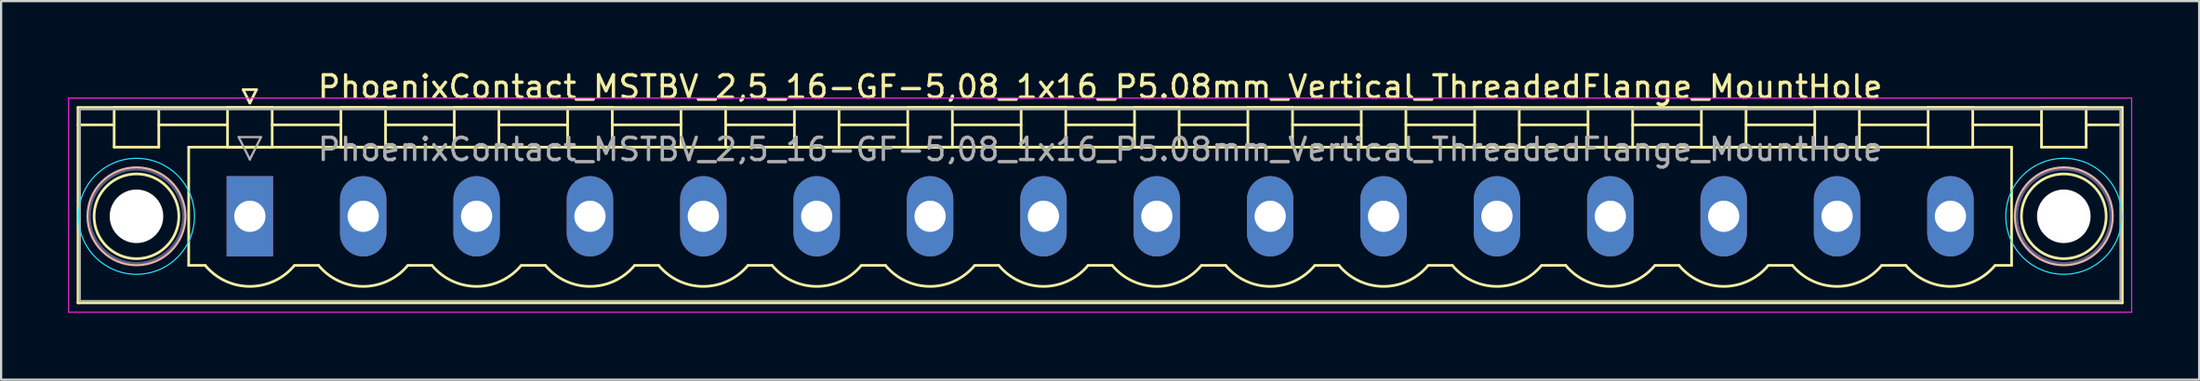
<source format=kicad_pcb>
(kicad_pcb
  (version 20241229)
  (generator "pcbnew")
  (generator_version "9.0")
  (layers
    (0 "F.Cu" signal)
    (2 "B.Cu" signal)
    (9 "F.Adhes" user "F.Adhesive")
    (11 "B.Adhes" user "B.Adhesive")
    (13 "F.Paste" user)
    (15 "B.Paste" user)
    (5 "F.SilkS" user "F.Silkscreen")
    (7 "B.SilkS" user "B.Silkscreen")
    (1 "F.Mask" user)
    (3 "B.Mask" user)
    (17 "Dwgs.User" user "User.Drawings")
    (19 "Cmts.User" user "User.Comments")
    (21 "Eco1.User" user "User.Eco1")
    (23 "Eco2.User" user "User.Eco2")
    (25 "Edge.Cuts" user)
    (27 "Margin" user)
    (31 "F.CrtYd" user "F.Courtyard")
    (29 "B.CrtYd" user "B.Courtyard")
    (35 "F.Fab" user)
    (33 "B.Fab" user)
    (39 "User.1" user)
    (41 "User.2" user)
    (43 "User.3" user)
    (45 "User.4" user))
  (footprint "PhoenixContact_MSTBV_2,5_16-GF-5,08_1x16_P5.08mm_Vertical_ThreadedFlange_MountHole"
    (layer "F.Cu")
    (at 8.145 6.648)
    (property "Reference" "PhoenixContact_MSTBV_2,5_16-GF-5,08_1x16_P5.08mm_Vertical_ThreadedFlange_MountHole" (at 38.1 -5.8 0) (layer "F.SilkS") (effects (font (size 1 1) (thickness 0.15))))
    (attr through_hole)
    (fp_line (start -7.7 -4.88) (end -7.7 3.88) (stroke (width 0.12) (type solid)) (layer "F.SilkS"))
    (fp_line (start -7.7 -4.1) (end -6.16 -4.1) (stroke (width 0.12) (type solid)) (layer "F.SilkS"))
    (fp_line (start -7.7 3.88) (end 83.9 3.88) (stroke (width 0.12) (type solid)) (layer "F.SilkS"))
    (fp_line (start -6.08 -4.88) (end -4.08 -4.88) (stroke (width 0.12) (type solid)) (layer "F.SilkS"))
    (fp_line (start -6.08 -3.1) (end -6.08 -4.88) (stroke (width 0.12) (type solid)) (layer "F.SilkS"))
    (fp_line (start -4.08 -4.88) (end -4.08 -3.1) (stroke (width 0.12) (type solid)) (layer "F.SilkS"))
    (fp_line (start -4.08 -4.1) (end -1 -4.1) (stroke (width 0.12) (type solid)) (layer "F.SilkS"))
    (fp_line (start -4.08 -3.1) (end -6.08 -3.1) (stroke (width 0.12) (type solid)) (layer "F.SilkS"))
    (fp_line (start -2.74 -3.1) (end 78.94 -3.1) (stroke (width 0.12) (type solid)) (layer "F.SilkS"))
    (fp_line (start -2.74 2.2) (end -2.74 -3.1) (stroke (width 0.12) (type solid)) (layer "F.SilkS"))
    (fp_line (start -2 2.2) (end -2.74 2.2) (stroke (width 0.12) (type solid)) (layer "F.SilkS"))
    (fp_line (start -1 -4.88) (end 1 -4.88) (stroke (width 0.12) (type solid)) (layer "F.SilkS"))
    (fp_line (start -1 -3.1) (end -1 -4.88) (stroke (width 0.12) (type solid)) (layer "F.SilkS"))
    (fp_line (start -0.3 -5.68) (end 0.3 -5.68) (stroke (width 0.12) (type solid)) (layer "F.SilkS"))
    (fp_line (start 0 -5.08) (end -0.3 -5.68) (stroke (width 0.12) (type solid)) (layer "F.SilkS"))
    (fp_line (start 0.3 -5.68) (end 0 -5.08) (stroke (width 0.12) (type solid)) (layer "F.SilkS"))
    (fp_line (start 1 -4.88) (end 1 -3.1) (stroke (width 0.12) (type solid)) (layer "F.SilkS"))
    (fp_line (start 1 -4.1) (end 4.08 -4.1) (stroke (width 0.12) (type solid)) (layer "F.SilkS"))
    (fp_line (start 1 -3.1) (end -1 -3.1) (stroke (width 0.12) (type solid)) (layer "F.SilkS"))
    (fp_line (start 2 2.2) (end 3.08 2.2) (stroke (width 0.12) (type solid)) (layer "F.SilkS"))
    (fp_line (start 4.08 -4.88) (end 6.08 -4.88) (stroke (width 0.12) (type solid)) (layer "F.SilkS"))
    (fp_line (start 4.08 -3.1) (end 4.08 -4.88) (stroke (width 0.12) (type solid)) (layer "F.SilkS"))
    (fp_line (start 6.08 -4.88) (end 6.08 -3.1) (stroke (width 0.12) (type solid)) (layer "F.SilkS"))
    (fp_line (start 6.08 -4.1) (end 9.16 -4.1) (stroke (width 0.12) (type solid)) (layer "F.SilkS"))
    (fp_line (start 6.08 -3.1) (end 4.08 -3.1) (stroke (width 0.12) (type solid)) (layer "F.SilkS"))
    (fp_line (start 7.08 2.2) (end 8.16 2.2) (stroke (width 0.12) (type solid)) (layer "F.SilkS"))
    (fp_line (start 9.16 -4.88) (end 11.16 -4.88) (stroke (width 0.12) (type solid)) (layer "F.SilkS"))
    (fp_line (start 9.16 -3.1) (end 9.16 -4.88) (stroke (width 0.12) (type solid)) (layer "F.SilkS"))
    (fp_line (start 11.16 -4.88) (end 11.16 -3.1) (stroke (width 0.12) (type solid)) (layer "F.SilkS"))
    (fp_line (start 11.16 -4.1) (end 14.24 -4.1) (stroke (width 0.12) (type solid)) (layer "F.SilkS"))
    (fp_line (start 11.16 -3.1) (end 9.16 -3.1) (stroke (width 0.12) (type solid)) (layer "F.SilkS"))
    (fp_line (start 12.16 2.2) (end 13.24 2.2) (stroke (width 0.12) (type solid)) (layer "F.SilkS"))
    (fp_line (start 14.24 -4.88) (end 16.24 -4.88) (stroke (width 0.12) (type solid)) (layer "F.SilkS"))
    (fp_line (start 14.24 -3.1) (end 14.24 -4.88) (stroke (width 0.12) (type solid)) (layer "F.SilkS"))
    (fp_line (start 16.24 -4.88) (end 16.24 -3.1) (stroke (width 0.12) (type solid)) (layer "F.SilkS"))
    (fp_line (start 16.24 -4.1) (end 19.32 -4.1) (stroke (width 0.12) (type solid)) (layer "F.SilkS"))
    (fp_line (start 16.24 -3.1) (end 14.24 -3.1) (stroke (width 0.12) (type solid)) (layer "F.SilkS"))
    (fp_line (start 17.24 2.2) (end 18.32 2.2) (stroke (width 0.12) (type solid)) (layer "F.SilkS"))
    (fp_line (start 19.32 -4.88) (end 21.32 -4.88) (stroke (width 0.12) (type solid)) (layer "F.SilkS"))
    (fp_line (start 19.32 -3.1) (end 19.32 -4.88) (stroke (width 0.12) (type solid)) (layer "F.SilkS"))
    (fp_line (start 21.32 -4.88) (end 21.32 -3.1) (stroke (width 0.12) (type solid)) (layer "F.SilkS"))
    (fp_line (start 21.32 -4.1) (end 24.4 -4.1) (stroke (width 0.12) (type solid)) (layer "F.SilkS"))
    (fp_line (start 21.32 -3.1) (end 19.32 -3.1) (stroke (width 0.12) (type solid)) (layer "F.SilkS"))
    (fp_line (start 22.32 2.2) (end 23.4 2.2) (stroke (width 0.12) (type solid)) (layer "F.SilkS"))
    (fp_line (start 24.4 -4.88) (end 26.4 -4.88) (stroke (width 0.12) (type solid)) (layer "F.SilkS"))
    (fp_line (start 24.4 -3.1) (end 24.4 -4.88) (stroke (width 0.12) (type solid)) (layer "F.SilkS"))
    (fp_line (start 26.4 -4.88) (end 26.4 -3.1) (stroke (width 0.12) (type solid)) (layer "F.SilkS"))
    (fp_line (start 26.4 -4.1) (end 29.48 -4.1) (stroke (width 0.12) (type solid)) (layer "F.SilkS"))
    (fp_line (start 26.4 -3.1) (end 24.4 -3.1) (stroke (width 0.12) (type solid)) (layer "F.SilkS"))
    (fp_line (start 27.4 2.2) (end 28.48 2.2) (stroke (width 0.12) (type solid)) (layer "F.SilkS"))
    (fp_line (start 29.48 -4.88) (end 31.48 -4.88) (stroke (width 0.12) (type solid)) (layer "F.SilkS"))
    (fp_line (start 29.48 -3.1) (end 29.48 -4.88) (stroke (width 0.12) (type solid)) (layer "F.SilkS"))
    (fp_line (start 31.48 -4.88) (end 31.48 -3.1) (stroke (width 0.12) (type solid)) (layer "F.SilkS"))
    (fp_line (start 31.48 -4.1) (end 34.56 -4.1) (stroke (width 0.12) (type solid)) (layer "F.SilkS"))
    (fp_line (start 31.48 -3.1) (end 29.48 -3.1) (stroke (width 0.12) (type solid)) (layer "F.SilkS"))
    (fp_line (start 32.48 2.2) (end 33.56 2.2) (stroke (width 0.12) (type solid)) (layer "F.SilkS"))
    (fp_line (start 34.56 -4.88) (end 36.56 -4.88) (stroke (width 0.12) (type solid)) (layer "F.SilkS"))
    (fp_line (start 34.56 -3.1) (end 34.56 -4.88) (stroke (width 0.12) (type solid)) (layer "F.SilkS"))
    (fp_line (start 36.56 -4.88) (end 36.56 -3.1) (stroke (width 0.12) (type solid)) (layer "F.SilkS"))
    (fp_line (start 36.56 -4.1) (end 39.64 -4.1) (stroke (width 0.12) (type solid)) (layer "F.SilkS"))
    (fp_line (start 36.56 -3.1) (end 34.56 -3.1) (stroke (width 0.12) (type solid)) (layer "F.SilkS"))
    (fp_line (start 37.56 2.2) (end 38.64 2.2) (stroke (width 0.12) (type solid)) (layer "F.SilkS"))
    (fp_line (start 39.64 -4.88) (end 41.64 -4.88) (stroke (width 0.12) (type solid)) (layer "F.SilkS"))
    (fp_line (start 39.64 -3.1) (end 39.64 -4.88) (stroke (width 0.12) (type solid)) (layer "F.SilkS"))
    (fp_line (start 41.64 -4.88) (end 41.64 -3.1) (stroke (width 0.12) (type solid)) (layer "F.SilkS"))
    (fp_line (start 41.64 -4.1) (end 44.72 -4.1) (stroke (width 0.12) (type solid)) (layer "F.SilkS"))
    (fp_line (start 41.64 -3.1) (end 39.64 -3.1) (stroke (width 0.12) (type solid)) (layer "F.SilkS"))
    (fp_line (start 42.64 2.2) (end 43.72 2.2) (stroke (width 0.12) (type solid)) (layer "F.SilkS"))
    (fp_line (start 44.72 -4.88) (end 46.72 -4.88) (stroke (width 0.12) (type solid)) (layer "F.SilkS"))
    (fp_line (start 44.72 -3.1) (end 44.72 -4.88) (stroke (width 0.12) (type solid)) (layer "F.SilkS"))
    (fp_line (start 46.72 -4.88) (end 46.72 -3.1) (stroke (width 0.12) (type solid)) (layer "F.SilkS"))
    (fp_line (start 46.72 -4.1) (end 49.8 -4.1) (stroke (width 0.12) (type solid)) (layer "F.SilkS"))
    (fp_line (start 46.72 -3.1) (end 44.72 -3.1) (stroke (width 0.12) (type solid)) (layer "F.SilkS"))
    (fp_line (start 47.72 2.2) (end 48.8 2.2) (stroke (width 0.12) (type solid)) (layer "F.SilkS"))
    (fp_line (start 49.8 -4.88) (end 51.8 -4.88) (stroke (width 0.12) (type solid)) (layer "F.SilkS"))
    (fp_line (start 49.8 -3.1) (end 49.8 -4.88) (stroke (width 0.12) (type solid)) (layer "F.SilkS"))
    (fp_line (start 51.8 -4.88) (end 51.8 -3.1) (stroke (width 0.12) (type solid)) (layer "F.SilkS"))
    (fp_line (start 51.8 -4.1) (end 54.88 -4.1) (stroke (width 0.12) (type solid)) (layer "F.SilkS"))
    (fp_line (start 51.8 -3.1) (end 49.8 -3.1) (stroke (width 0.12) (type solid)) (layer "F.SilkS"))
    (fp_line (start 52.8 2.2) (end 53.88 2.2) (stroke (width 0.12) (type solid)) (layer "F.SilkS"))
    (fp_line (start 54.88 -4.88) (end 56.88 -4.88) (stroke (width 0.12) (type solid)) (layer "F.SilkS"))
    (fp_line (start 54.88 -3.1) (end 54.88 -4.88) (stroke (width 0.12) (type solid)) (layer "F.SilkS"))
    (fp_line (start 56.88 -4.88) (end 56.88 -3.1) (stroke (width 0.12) (type solid)) (layer "F.SilkS"))
    (fp_line (start 56.88 -4.1) (end 59.96 -4.1) (stroke (width 0.12) (type solid)) (layer "F.SilkS"))
    (fp_line (start 56.88 -3.1) (end 54.88 -3.1) (stroke (width 0.12) (type solid)) (layer "F.SilkS"))
    (fp_line (start 57.88 2.2) (end 58.96 2.2) (stroke (width 0.12) (type solid)) (layer "F.SilkS"))
    (fp_line (start 59.96 -4.88) (end 61.96 -4.88) (stroke (width 0.12) (type solid)) (layer "F.SilkS"))
    (fp_line (start 59.96 -3.1) (end 59.96 -4.88) (stroke (width 0.12) (type solid)) (layer "F.SilkS"))
    (fp_line (start 61.96 -4.88) (end 61.96 -3.1) (stroke (width 0.12) (type solid)) (layer "F.SilkS"))
    (fp_line (start 61.96 -4.1) (end 65.04 -4.1) (stroke (width 0.12) (type solid)) (layer "F.SilkS"))
    (fp_line (start 61.96 -3.1) (end 59.96 -3.1) (stroke (width 0.12) (type solid)) (layer "F.SilkS"))
    (fp_line (start 62.96 2.2) (end 64.04 2.2) (stroke (width 0.12) (type solid)) (layer "F.SilkS"))
    (fp_line (start 65.04 -4.88) (end 67.04 -4.88) (stroke (width 0.12) (type solid)) (layer "F.SilkS"))
    (fp_line (start 65.04 -3.1) (end 65.04 -4.88) (stroke (width 0.12) (type solid)) (layer "F.SilkS"))
    (fp_line (start 67.04 -4.88) (end 67.04 -3.1) (stroke (width 0.12) (type solid)) (layer "F.SilkS"))
    (fp_line (start 67.04 -4.1) (end 70.12 -4.1) (stroke (width 0.12) (type solid)) (layer "F.SilkS"))
    (fp_line (start 67.04 -3.1) (end 65.04 -3.1) (stroke (width 0.12) (type solid)) (layer "F.SilkS"))
    (fp_line (start 68.04 2.2) (end 69.12 2.2) (stroke (width 0.12) (type solid)) (layer "F.SilkS"))
    (fp_line (start 70.12 -4.88) (end 72.12 -4.88) (stroke (width 0.12) (type solid)) (layer "F.SilkS"))
    (fp_line (start 70.12 -3.1) (end 70.12 -4.88) (stroke (width 0.12) (type solid)) (layer "F.SilkS"))
    (fp_line (start 72.12 -4.88) (end 72.12 -3.1) (stroke (width 0.12) (type solid)) (layer "F.SilkS"))
    (fp_line (start 72.12 -4.1) (end 75.2 -4.1) (stroke (width 0.12) (type solid)) (layer "F.SilkS"))
    (fp_line (start 72.12 -3.1) (end 70.12 -3.1) (stroke (width 0.12) (type solid)) (layer "F.SilkS"))
    (fp_line (start 73.12 2.2) (end 74.2 2.2) (stroke (width 0.12) (type solid)) (layer "F.SilkS"))
    (fp_line (start 75.2 -4.88) (end 77.2 -4.88) (stroke (width 0.12) (type solid)) (layer "F.SilkS"))
    (fp_line (start 75.2 -3.1) (end 75.2 -4.88) (stroke (width 0.12) (type solid)) (layer "F.SilkS"))
    (fp_line (start 77.2 -4.88) (end 77.2 -3.1) (stroke (width 0.12) (type solid)) (layer "F.SilkS"))
    (fp_line (start 77.2 -4.1) (end 80.28 -4.1) (stroke (width 0.12) (type solid)) (layer "F.SilkS"))
    (fp_line (start 77.2 -3.1) (end 75.2 -3.1) (stroke (width 0.12) (type solid)) (layer "F.SilkS"))
    (fp_line (start 78.94 -3.1) (end 78.94 2.2) (stroke (width 0.12) (type solid)) (layer "F.SilkS"))
    (fp_line (start 78.94 2.2) (end 78.2 2.2) (stroke (width 0.12) (type solid)) (layer "F.SilkS"))
    (fp_line (start 80.28 -4.88) (end 82.28 -4.88) (stroke (width 0.12) (type solid)) (layer "F.SilkS"))
    (fp_line (start 80.28 -3.1) (end 80.28 -4.88) (stroke (width 0.12) (type solid)) (layer "F.SilkS"))
    (fp_line (start 82.28 -4.88) (end 82.28 -3.1) (stroke (width 0.12) (type solid)) (layer "F.SilkS"))
    (fp_line (start 82.28 -3.1) (end 80.28 -3.1) (stroke (width 0.12) (type solid)) (layer "F.SilkS"))
    (fp_line (start 83.9 -4.88) (end -7.7 -4.88) (stroke (width 0.12) (type solid)) (layer "F.SilkS"))
    (fp_line (start 83.9 -4.1) (end 82.36 -4.1) (stroke (width 0.12) (type solid)) (layer "F.SilkS"))
    (fp_line (start 83.9 3.88) (end 83.9 -4.88) (stroke (width 0.12) (type solid)) (layer "F.SilkS"))
    (fp_arc (start 1.986842 2.215821) (mid -0.010289 3.142758) (end -2 2.2) (stroke (width 0.12) (type solid)) (layer "F.SilkS"))
    (fp_arc (start 7.066842 2.215821) (mid 5.069711 3.142758) (end 3.08 2.2) (stroke (width 0.12) (type solid)) (layer "F.SilkS"))
    (fp_arc (start 12.146842 2.215821) (mid 10.149711 3.142758) (end 8.16 2.2) (stroke (width 0.12) (type solid)) (layer "F.SilkS"))
    (fp_arc (start 17.226842 2.215821) (mid 15.229711 3.142758) (end 13.24 2.2) (stroke (width 0.12) (type solid)) (layer "F.SilkS"))
    (fp_arc (start 22.306842 2.215821) (mid 20.309711 3.142758) (end 18.32 2.2) (stroke (width 0.12) (type solid)) (layer "F.SilkS"))
    (fp_arc (start 27.386842 2.215821) (mid 25.389711 3.142758) (end 23.4 2.2) (stroke (width 0.12) (type solid)) (layer "F.SilkS"))
    (fp_arc (start 32.466842 2.215821) (mid 30.469711 3.142758) (end 28.48 2.2) (stroke (width 0.12) (type solid)) (layer "F.SilkS"))
    (fp_arc (start 37.546842 2.215821) (mid 35.549711 3.142758) (end 33.56 2.2) (stroke (width 0.12) (type solid)) (layer "F.SilkS"))
    (fp_arc (start 42.626842 2.215821) (mid 40.629711 3.142758) (end 38.64 2.2) (stroke (width 0.12) (type solid)) (layer "F.SilkS"))
    (fp_arc (start 47.706842 2.215821) (mid 45.709711 3.142758) (end 43.72 2.2) (stroke (width 0.12) (type solid)) (layer "F.SilkS"))
    (fp_arc (start 52.786842 2.215821) (mid 50.789711 3.142758) (end 48.8 2.2) (stroke (width 0.12) (type solid)) (layer "F.SilkS"))
    (fp_arc (start 57.866842 2.215821) (mid 55.869711 3.142758) (end 53.88 2.2) (stroke (width 0.12) (type solid)) (layer "F.SilkS"))
    (fp_arc (start 62.946842 2.215821) (mid 60.949711 3.142758) (end 58.96 2.2) (stroke (width 0.12) (type solid)) (layer "F.SilkS"))
    (fp_arc (start 68.026842 2.215821) (mid 66.029711 3.142758) (end 64.04 2.2) (stroke (width 0.12) (type solid)) (layer "F.SilkS"))
    (fp_arc (start 73.106842 2.215821) (mid 71.109711 3.142758) (end 69.12 2.2) (stroke (width 0.12) (type solid)) (layer "F.SilkS"))
    (fp_arc (start 78.186842 2.215821) (mid 76.189711 3.142758) (end 74.2 2.2) (stroke (width 0.12) (type solid)) (layer "F.SilkS"))
    (fp_circle (center -5.08 0) (end -3.18 0) (stroke (width 0.12) (type solid)) (fill no) (layer "F.SilkS"))
    (fp_circle (center 81.28 0) (end 83.18 0) (stroke (width 0.12) (type solid)) (fill no) (layer "F.SilkS"))
    (fp_circle (center -5.08 0) (end -2.9 0) (stroke (width 0.12) (type solid)) (fill no) (layer "B.SilkS"))
    (fp_circle (center 81.28 0) (end 83.46 0) (stroke (width 0.12) (type solid)) (fill no) (layer "B.SilkS"))
    (fp_circle (center -5.08 0) (end -2.48 0) (stroke (width 0.05) (type solid)) (fill no) (layer "B.CrtYd"))
    (fp_circle (center 81.28 0) (end 83.88 0) (stroke (width 0.05) (type solid)) (fill no) (layer "B.CrtYd"))
    (fp_line (start -8.12 -5.3) (end -8.12 4.3) (stroke (width 0.05) (type solid)) (layer "F.CrtYd"))
    (fp_line (start -8.12 4.3) (end 84.32 4.3) (stroke (width 0.05) (type solid)) (layer "F.CrtYd"))
    (fp_line (start 84.32 -5.3) (end -8.12 -5.3) (stroke (width 0.05) (type solid)) (layer "F.CrtYd"))
    (fp_line (start 84.32 4.3) (end 84.32 -5.3) (stroke (width 0.05) (type solid)) (layer "F.CrtYd"))
    (fp_circle (center -5.08 0) (end -2.98 0) (stroke (width 0.1) (type solid)) (fill no) (layer "B.Fab"))
    (fp_circle (center 81.28 0) (end 83.38 0) (stroke (width 0.1) (type solid)) (fill no) (layer "B.Fab"))
    (fp_line (start -7.62 -4.8) (end -7.62 3.8) (stroke (width 0.1) (type solid)) (layer "F.Fab"))
    (fp_line (start -7.62 3.8) (end 83.82 3.8) (stroke (width 0.1) (type solid)) (layer "F.Fab"))
    (fp_line (start -0.5 -3.55) (end 0.5 -3.55) (stroke (width 0.1) (type solid)) (layer "F.Fab"))
    (fp_line (start 0 -2.55) (end -0.5 -3.55) (stroke (width 0.1) (type solid)) (layer "F.Fab"))
    (fp_line (start 0.5 -3.55) (end 0 -2.55) (stroke (width 0.1) (type solid)) (layer "F.Fab"))
    (fp_line (start 83.82 -4.8) (end -7.62 -4.8) (stroke (width 0.1) (type solid)) (layer "F.Fab"))
    (fp_line (start 83.82 3.8) (end 83.82 -4.8) (stroke (width 0.1) (type solid)) (layer "F.Fab"))
    (fp_text user "${REFERENCE}" (at 38.1 -3 0) (layer "F.Fab") (effects (font (size 1 1) (thickness 0.15))))
    (pad "" np_thru_hole circle (at -5.08 0) (size 2.4 2.4) (drill 2.4) (layers "*.Cu" "*.Mask"))
    (pad "" np_thru_hole circle (at 81.28 0) (size 2.4 2.4) (drill 2.4) (layers "*.Cu" "*.Mask"))
    (pad "1" thru_hole rect (at 0 0) (size 2.08 3.6) (drill 1.4) (layers "*.Cu" "*.Mask"))
    (pad "2" thru_hole oval (at 5.08 0) (size 2.08 3.6) (drill 1.4) (layers "*.Cu" "*.Mask"))
    (pad "3" thru_hole oval (at 10.16 0) (size 2.08 3.6) (drill 1.4) (layers "*.Cu" "*.Mask"))
    (pad "4" thru_hole oval (at 15.24 0) (size 2.08 3.6) (drill 1.4) (layers "*.Cu" "*.Mask"))
    (pad "5" thru_hole oval (at 20.32 0) (size 2.08 3.6) (drill 1.4) (layers "*.Cu" "*.Mask"))
    (pad "6" thru_hole oval (at 25.4 0) (size 2.08 3.6) (drill 1.4) (layers "*.Cu" "*.Mask"))
    (pad "7" thru_hole oval (at 30.48 0) (size 2.08 3.6) (drill 1.4) (layers "*.Cu" "*.Mask"))
    (pad "8" thru_hole oval (at 35.56 0) (size 2.08 3.6) (drill 1.4) (layers "*.Cu" "*.Mask"))
    (pad "9" thru_hole oval (at 40.64 0) (size 2.08 3.6) (drill 1.4) (layers "*.Cu" "*.Mask"))
    (pad "10" thru_hole oval (at 45.72 0) (size 2.08 3.6) (drill 1.4) (layers "*.Cu" "*.Mask"))
    (pad "11" thru_hole oval (at 50.8 0) (size 2.08 3.6) (drill 1.4) (layers "*.Cu" "*.Mask"))
    (pad "12" thru_hole oval (at 55.88 0) (size 2.08 3.6) (drill 1.4) (layers "*.Cu" "*.Mask"))
    (pad "13" thru_hole oval (at 60.96 0) (size 2.08 3.6) (drill 1.4) (layers "*.Cu" "*.Mask"))
    (pad "14" thru_hole oval (at 66.04 0) (size 2.08 3.6) (drill 1.4) (layers "*.Cu" "*.Mask"))
    (pad "15" thru_hole oval (at 71.12 0) (size 2.08 3.6) (drill 1.4) (layers "*.Cu" "*.Mask"))
    (pad "16" thru_hole oval (at 76.2 0) (size 2.08 3.6) (drill 1.4) (layers "*.Cu" "*.Mask")))
  (gr_rect
    (start -3 -3)
    (end 95.49 13.973)
    (stroke (width 0.1) (type default))
    (fill no)
    (layer "Edge.Cuts")))
</source>
